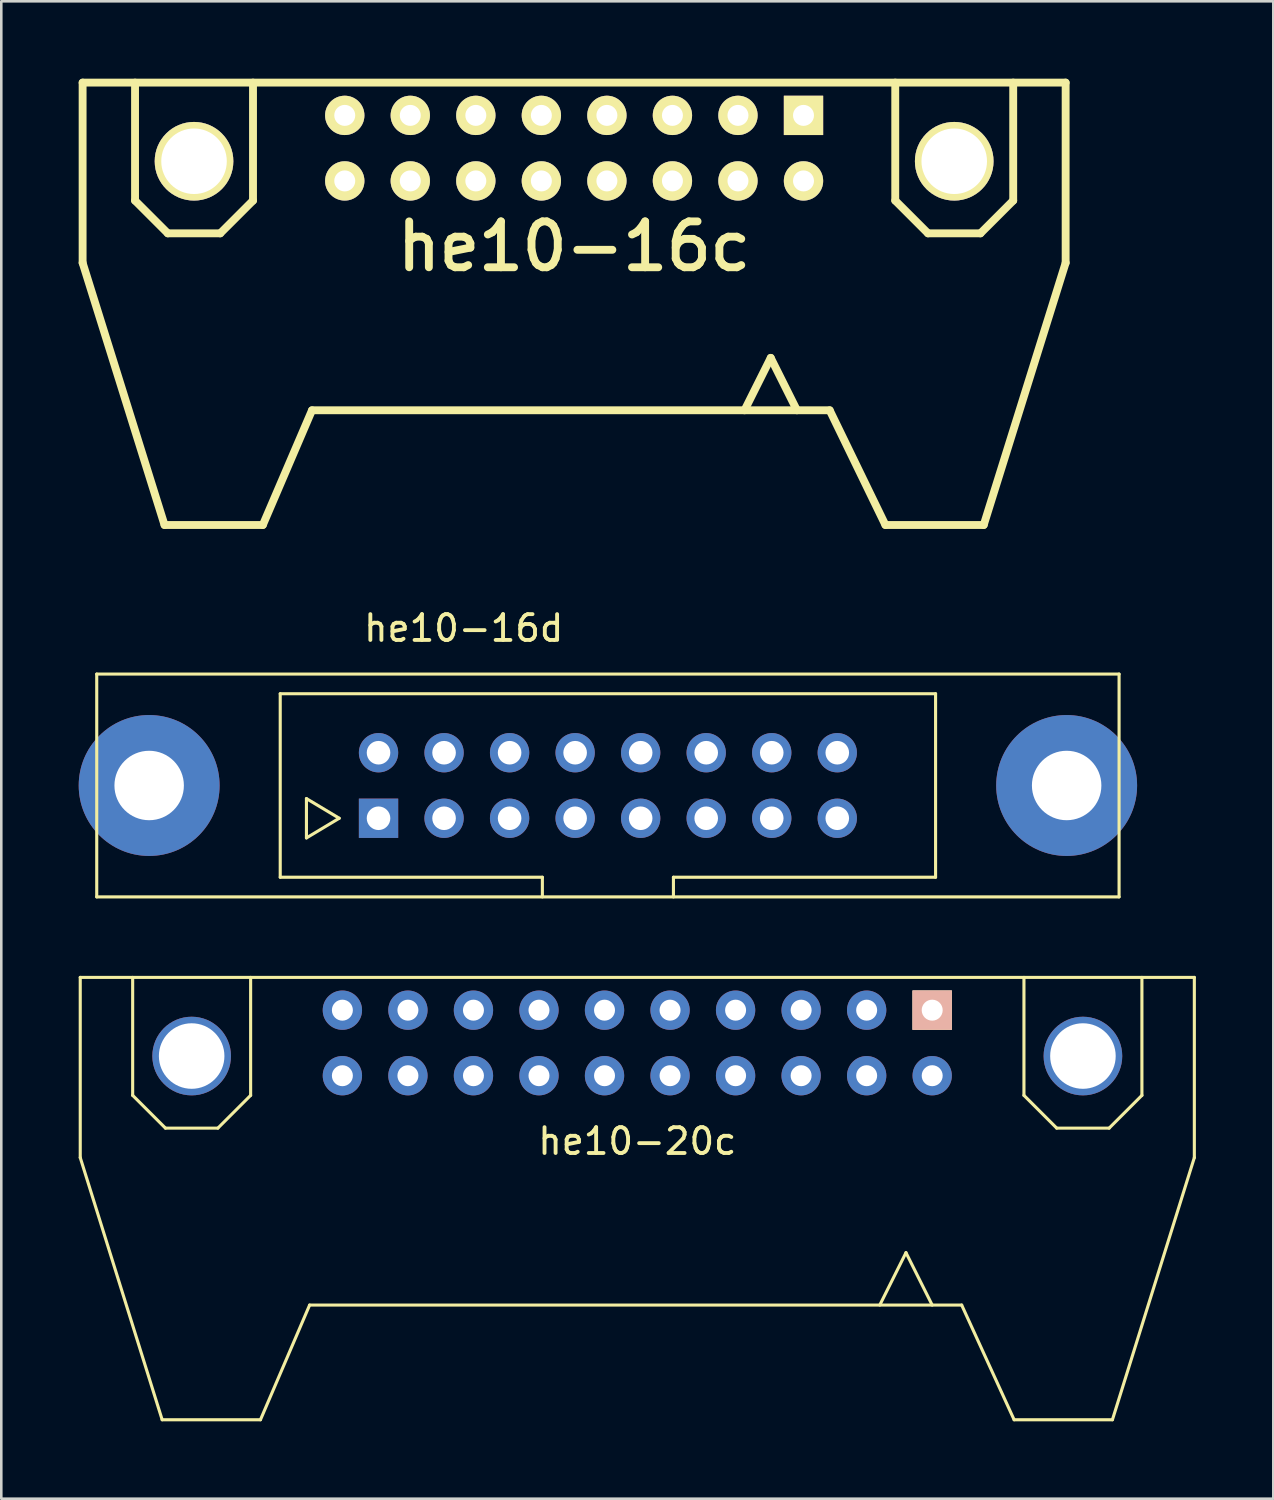
<source format=kicad_pcb>
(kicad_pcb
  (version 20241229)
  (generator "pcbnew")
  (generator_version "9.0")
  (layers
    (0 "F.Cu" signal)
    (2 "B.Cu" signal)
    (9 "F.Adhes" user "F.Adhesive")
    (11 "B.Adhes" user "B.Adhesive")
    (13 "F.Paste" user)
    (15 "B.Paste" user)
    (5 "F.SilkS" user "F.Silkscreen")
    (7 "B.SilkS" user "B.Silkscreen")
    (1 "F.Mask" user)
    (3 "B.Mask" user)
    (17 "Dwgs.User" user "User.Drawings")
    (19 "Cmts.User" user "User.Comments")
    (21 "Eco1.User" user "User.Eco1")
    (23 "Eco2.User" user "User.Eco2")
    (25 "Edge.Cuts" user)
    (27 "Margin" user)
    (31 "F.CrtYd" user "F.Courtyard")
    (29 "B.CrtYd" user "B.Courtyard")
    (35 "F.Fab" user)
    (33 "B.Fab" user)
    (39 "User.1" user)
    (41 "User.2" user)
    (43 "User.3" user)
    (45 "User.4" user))
  (footprint "he10-16c"
    (layer "F.Cu")
    (at 19.202 2.692)
    (property "Reference" "he10-16c" (at 0 3.81 0) (layer "F.SilkS") (effects (font (size 1.778 1.778) (thickness 0.305))))
    (attr through_hole)
    (fp_line (start -19.05 -2.54) (end -19.05 4.445) (stroke (width 0.305) (type solid)) (layer "F.SilkS"))
    (fp_line (start -19.05 -2.54) (end 19.05 -2.54) (stroke (width 0.305) (type solid)) (layer "F.SilkS"))
    (fp_line (start -19.05 4.445) (end -15.875 14.605) (stroke (width 0.305) (type solid)) (layer "F.SilkS"))
    (fp_line (start -17.018 2.032) (end -17.018 -2.54) (stroke (width 0.305) (type solid)) (layer "F.SilkS"))
    (fp_line (start -15.875 14.605) (end -12.065 14.605) (stroke (width 0.305) (type solid)) (layer "F.SilkS"))
    (fp_line (start -15.748 3.302) (end -17.018 2.032) (stroke (width 0.305) (type solid)) (layer "F.SilkS"))
    (fp_line (start -13.716 3.302) (end -15.748 3.302) (stroke (width 0.305) (type solid)) (layer "F.SilkS"))
    (fp_line (start -12.446 -2.54) (end -12.446 2.032) (stroke (width 0.305) (type solid)) (layer "F.SilkS"))
    (fp_line (start -12.446 2.032) (end -13.716 3.302) (stroke (width 0.305) (type solid)) (layer "F.SilkS"))
    (fp_line (start -12.065 14.605) (end -10.16 10.16) (stroke (width 0.305) (type solid)) (layer "F.SilkS"))
    (fp_line (start -10.16 10.16) (end 9.906 10.16) (stroke (width 0.305) (type solid)) (layer "F.SilkS"))
    (fp_line (start 7.62 8.128) (end 6.604 10.16) (stroke (width 0.305) (type solid)) (layer "F.SilkS"))
    (fp_line (start 8.636 10.16) (end 7.62 8.128) (stroke (width 0.305) (type solid)) (layer "F.SilkS"))
    (fp_line (start 12.065 14.605) (end 9.906 10.16) (stroke (width 0.305) (type solid)) (layer "F.SilkS"))
    (fp_line (start 12.446 2.032) (end 12.446 -2.54) (stroke (width 0.305) (type solid)) (layer "F.SilkS"))
    (fp_line (start 13.716 3.302) (end 12.446 2.032) (stroke (width 0.305) (type solid)) (layer "F.SilkS"))
    (fp_line (start 15.748 3.302) (end 13.716 3.302) (stroke (width 0.305) (type solid)) (layer "F.SilkS"))
    (fp_line (start 15.875 14.605) (end 12.065 14.605) (stroke (width 0.305) (type solid)) (layer "F.SilkS"))
    (fp_line (start 17.018 -2.54) (end 17.018 2.032) (stroke (width 0.305) (type solid)) (layer "F.SilkS"))
    (fp_line (start 17.018 2.032) (end 15.748 3.302) (stroke (width 0.305) (type solid)) (layer "F.SilkS"))
    (fp_line (start 19.05 -2.54) (end 19.05 4.445) (stroke (width 0.305) (type solid)) (layer "F.SilkS"))
    (fp_line (start 19.05 4.445) (end 15.875 14.605) (stroke (width 0.305) (type solid)) (layer "F.SilkS"))
    (pad "0" thru_hole circle (at -14.732 0.508) (size 3.048 3.048) (drill 2.54) (layers "*.Cu" "*.Mask" "F.SilkS"))
    (pad "0" thru_hole circle (at 14.732 0.508) (size 3.048 3.048) (drill 2.54) (layers "*.Cu" "*.Mask" "F.SilkS"))
    (pad "1" thru_hole rect (at 8.89 -1.27) (size 1.524 1.524) (drill 0.813) (layers "*.Cu" "*.Mask" "F.SilkS"))
    (pad "2" thru_hole circle (at 8.89 1.27) (size 1.524 1.524) (drill 0.813) (layers "*.Cu" "*.Mask" "F.SilkS"))
    (pad "3" thru_hole circle (at 6.35 -1.27) (size 1.524 1.524) (drill 0.813) (layers "*.Cu" "*.Mask" "F.SilkS"))
    (pad "4" thru_hole circle (at 6.35 1.27) (size 1.524 1.524) (drill 0.813) (layers "*.Cu" "*.Mask" "F.SilkS"))
    (pad "5" thru_hole circle (at 3.81 -1.27) (size 1.524 1.524) (drill 0.813) (layers "*.Cu" "*.Mask" "F.SilkS"))
    (pad "6" thru_hole circle (at 3.81 1.27) (size 1.524 1.524) (drill 0.813) (layers "*.Cu" "*.Mask" "F.SilkS"))
    (pad "7" thru_hole circle (at 1.27 -1.27) (size 1.524 1.524) (drill 0.813) (layers "*.Cu" "*.Mask" "F.SilkS"))
    (pad "8" thru_hole circle (at 1.27 1.27) (size 1.524 1.524) (drill 0.813) (layers "*.Cu" "*.Mask" "F.SilkS"))
    (pad "9" thru_hole circle (at -1.27 -1.27) (size 1.524 1.524) (drill 0.813) (layers "*.Cu" "*.Mask" "F.SilkS"))
    (pad "10" thru_hole circle (at -1.27 1.27) (size 1.524 1.524) (drill 0.813) (layers "*.Cu" "*.Mask" "F.SilkS"))
    (pad "11" thru_hole circle (at -3.81 -1.27) (size 1.524 1.524) (drill 0.813) (layers "*.Cu" "*.Mask" "F.SilkS"))
    (pad "12" thru_hole circle (at -3.81 1.27) (size 1.524 1.524) (drill 0.813) (layers "*.Cu" "*.Mask" "F.SilkS"))
    (pad "13" thru_hole circle (at -6.35 -1.27) (size 1.524 1.524) (drill 0.813) (layers "*.Cu" "*.Mask" "F.SilkS"))
    (pad "14" thru_hole circle (at -6.35 1.27) (size 1.524 1.524) (drill 0.813) (layers "*.Cu" "*.Mask" "F.SilkS"))
    (pad "15" thru_hole circle (at -8.89 -1.27) (size 1.524 1.524) (drill 0.813) (layers "*.Cu" "*.Mask" "F.SilkS"))
    (pad "16" thru_hole circle (at -8.89 1.27) (size 1.524 1.524) (drill 0.813) (layers "*.Cu" "*.Mask" "F.SilkS")))
  (footprint "he10-20c"
    (layer "F.Cu")
    (at 21.65 37.372)
    (property "Reference" "he10-20c" (at 0 3.81 0) (layer "F.SilkS") (effects (font (size 1 1) (thickness 0.15))))
    (attr through_hole)
    (fp_line (start -21.59 -2.54) (end -21.59 4.445) (stroke (width 0.12) (type solid)) (layer "F.SilkS"))
    (fp_line (start -21.59 -2.54) (end 21.59 -2.54) (stroke (width 0.12) (type solid)) (layer "F.SilkS"))
    (fp_line (start -21.59 4.445) (end -18.415 14.605) (stroke (width 0.12) (type solid)) (layer "F.SilkS"))
    (fp_line (start -19.558 2.032) (end -19.558 -2.54) (stroke (width 0.12) (type solid)) (layer "F.SilkS"))
    (fp_line (start -18.415 14.605) (end -14.605 14.605) (stroke (width 0.12) (type solid)) (layer "F.SilkS"))
    (fp_line (start -18.288 3.302) (end -19.558 2.032) (stroke (width 0.12) (type solid)) (layer "F.SilkS"))
    (fp_line (start -16.256 3.302) (end -18.288 3.302) (stroke (width 0.12) (type solid)) (layer "F.SilkS"))
    (fp_line (start -14.986 -2.54) (end -14.986 2.032) (stroke (width 0.12) (type solid)) (layer "F.SilkS"))
    (fp_line (start -14.986 2.032) (end -16.256 3.302) (stroke (width 0.12) (type solid)) (layer "F.SilkS"))
    (fp_line (start -14.605 14.605) (end -12.7 10.16) (stroke (width 0.12) (type solid)) (layer "F.SilkS"))
    (fp_line (start -12.7 10.16) (end 12.573 10.16) (stroke (width 0.12) (type solid)) (layer "F.SilkS"))
    (fp_line (start 10.414 8.128) (end 9.398 10.16) (stroke (width 0.12) (type solid)) (layer "F.SilkS"))
    (fp_line (start 11.43 10.16) (end 10.414 8.128) (stroke (width 0.12) (type solid)) (layer "F.SilkS"))
    (fp_line (start 14.605 14.605) (end 12.573 10.16) (stroke (width 0.12) (type solid)) (layer "F.SilkS"))
    (fp_line (start 14.986 2.032) (end 14.986 -2.54) (stroke (width 0.12) (type solid)) (layer "F.SilkS"))
    (fp_line (start 16.256 3.302) (end 14.986 2.032) (stroke (width 0.12) (type solid)) (layer "F.SilkS"))
    (fp_line (start 18.288 3.302) (end 16.256 3.302) (stroke (width 0.12) (type solid)) (layer "F.SilkS"))
    (fp_line (start 18.415 14.605) (end 14.605 14.605) (stroke (width 0.12) (type solid)) (layer "F.SilkS"))
    (fp_line (start 19.558 -2.54) (end 19.558 2.032) (stroke (width 0.12) (type solid)) (layer "F.SilkS"))
    (fp_line (start 19.558 2.032) (end 18.288 3.302) (stroke (width 0.12) (type solid)) (layer "F.SilkS"))
    (fp_line (start 21.59 -2.54) (end 21.59 4.445) (stroke (width 0.12) (type solid)) (layer "F.SilkS"))
    (fp_line (start 21.59 4.445) (end 18.415 14.605) (stroke (width 0.12) (type solid)) (layer "F.SilkS"))
    (pad "0" thru_hole circle (at -17.272 0.508) (size 3.048 3.048) (drill 2.54) (layers "*.Cu" "*.Mask"))
    (pad "0" thru_hole circle (at 17.272 0.508) (size 3.048 3.048) (drill 2.54) (layers "*.Cu" "*.Mask"))
    (pad "1" thru_hole rect (at 11.43 -1.27) (size 1.524 1.524) (drill 0.813) (layers "*.Cu" "*.SilkS" "*.Mask"))
    (pad "2" thru_hole circle (at 11.43 1.27) (size 1.524 1.524) (drill 0.813) (layers "*.Cu" "*.Mask"))
    (pad "3" thru_hole circle (at 8.89 -1.27) (size 1.524 1.524) (drill 0.813) (layers "*.Cu" "*.Mask"))
    (pad "4" thru_hole circle (at 8.89 1.27) (size 1.524 1.524) (drill 0.813) (layers "*.Cu" "*.Mask"))
    (pad "5" thru_hole circle (at 6.35 -1.27) (size 1.524 1.524) (drill 0.813) (layers "*.Cu" "*.Mask"))
    (pad "6" thru_hole circle (at 6.35 1.27) (size 1.524 1.524) (drill 0.813) (layers "*.Cu" "*.Mask"))
    (pad "7" thru_hole circle (at 3.81 -1.27) (size 1.524 1.524) (drill 0.813) (layers "*.Cu" "*.Mask"))
    (pad "8" thru_hole circle (at 3.81 1.27) (size 1.524 1.524) (drill 0.813) (layers "*.Cu" "*.Mask"))
    (pad "9" thru_hole circle (at 1.27 -1.27) (size 1.524 1.524) (drill 0.813) (layers "*.Cu" "*.Mask"))
    (pad "10" thru_hole circle (at 1.27 1.27) (size 1.524 1.524) (drill 0.813) (layers "*.Cu" "*.Mask"))
    (pad "11" thru_hole circle (at -1.27 -1.27) (size 1.524 1.524) (drill 0.813) (layers "*.Cu" "*.Mask"))
    (pad "12" thru_hole circle (at -1.27 1.27) (size 1.524 1.524) (drill 0.813) (layers "*.Cu" "*.Mask"))
    (pad "13" thru_hole circle (at -3.81 -1.27) (size 1.524 1.524) (drill 0.813) (layers "*.Cu" "*.Mask"))
    (pad "14" thru_hole circle (at -3.81 1.27) (size 1.524 1.524) (drill 0.813) (layers "*.Cu" "*.Mask"))
    (pad "15" thru_hole circle (at -6.35 -1.27) (size 1.524 1.524) (drill 0.813) (layers "*.Cu" "*.Mask"))
    (pad "16" thru_hole circle (at -6.35 1.27) (size 1.524 1.524) (drill 0.813) (layers "*.Cu" "*.Mask"))
    (pad "17" thru_hole circle (at -8.89 -1.27) (size 1.524 1.524) (drill 0.813) (layers "*.Cu" "*.Mask"))
    (pad "18" thru_hole circle (at -8.89 1.27) (size 1.524 1.524) (drill 0.813) (layers "*.Cu" "*.Mask"))
    (pad "19" thru_hole circle (at -11.43 -1.27) (size 1.524 1.524) (drill 0.813) (layers "*.Cu" "*.Mask"))
    (pad "20" thru_hole circle (at -11.43 1.27) (size 1.524 1.524) (drill 0.813) (layers "*.Cu" "*.Mask")))
  (footprint "he10-16d"
    (layer "F.Cu")
    (at 20.511 27.394)
    (property "Reference" "he10-16d" (at -5.588 -6.096 0) (layer "F.SilkS") (effects (font (size 1 1) (thickness 0.15))))
    (attr through_hole)
    (fp_line (start -19.812 -4.318) (end 19.812 -4.318) (stroke (width 0.12) (type solid)) (layer "F.SilkS"))
    (fp_line (start -19.812 4.318) (end -19.812 -4.318) (stroke (width 0.12) (type solid)) (layer "F.SilkS"))
    (fp_line (start -12.7 -3.556) (end 12.7 -3.556) (stroke (width 0.12) (type solid)) (layer "F.SilkS"))
    (fp_line (start -12.7 3.556) (end -12.7 -3.556) (stroke (width 0.12) (type solid)) (layer "F.SilkS"))
    (fp_line (start -11.684 0.508) (end -11.684 2.032) (stroke (width 0.12) (type solid)) (layer "F.SilkS"))
    (fp_line (start -11.684 2.032) (end -10.414 1.27) (stroke (width 0.12) (type solid)) (layer "F.SilkS"))
    (fp_line (start -10.414 1.27) (end -11.684 0.508) (stroke (width 0.12) (type solid)) (layer "F.SilkS"))
    (fp_line (start -2.54 3.556) (end -12.7 3.556) (stroke (width 0.12) (type solid)) (layer "F.SilkS"))
    (fp_line (start -2.54 4.318) (end -2.54 3.556) (stroke (width 0.12) (type solid)) (layer "F.SilkS"))
    (fp_line (start 2.54 3.556) (end 2.54 4.318) (stroke (width 0.12) (type solid)) (layer "F.SilkS"))
    (fp_line (start 12.7 -3.556) (end 12.7 3.556) (stroke (width 0.12) (type solid)) (layer "F.SilkS"))
    (fp_line (start 12.7 3.556) (end 2.54 3.556) (stroke (width 0.12) (type solid)) (layer "F.SilkS"))
    (fp_line (start 19.812 -4.318) (end 19.812 4.318) (stroke (width 0.12) (type solid)) (layer "F.SilkS"))
    (fp_line (start 19.812 4.318) (end -19.812 4.318) (stroke (width 0.12) (type solid)) (layer "F.SilkS"))
    (pad "0" thru_hole circle (at -17.78 0) (size 5.461 5.461) (drill 2.692) (layers "*.Cu" "*.Mask"))
    (pad "0" thru_hole circle (at 17.78 0) (size 5.461 5.461) (drill 2.692) (layers "*.Cu" "*.Mask"))
    (pad "1" thru_hole rect (at -8.89 1.27) (size 1.524 1.524) (drill 0.914) (layers "*.Cu" "*.Mask"))
    (pad "2" thru_hole circle (at -8.89 -1.27) (size 1.524 1.524) (drill 0.914) (layers "*.Cu" "*.Mask"))
    (pad "3" thru_hole circle (at -6.35 1.27) (size 1.524 1.524) (drill 0.914) (layers "*.Cu" "*.Mask"))
    (pad "4" thru_hole circle (at -6.35 -1.27) (size 1.524 1.524) (drill 0.914) (layers "*.Cu" "*.Mask"))
    (pad "5" thru_hole circle (at -3.81 1.27) (size 1.524 1.524) (drill 0.914) (layers "*.Cu" "*.Mask"))
    (pad "6" thru_hole circle (at -3.81 -1.27) (size 1.524 1.524) (drill 0.914) (layers "*.Cu" "*.Mask"))
    (pad "7" thru_hole circle (at -1.27 1.27) (size 1.524 1.524) (drill 0.914) (layers "*.Cu" "*.Mask"))
    (pad "8" thru_hole circle (at -1.27 -1.27) (size 1.524 1.524) (drill 0.914) (layers "*.Cu" "*.Mask"))
    (pad "9" thru_hole circle (at 1.27 1.27) (size 1.524 1.524) (drill 0.914) (layers "*.Cu" "*.Mask"))
    (pad "10" thru_hole circle (at 1.27 -1.27) (size 1.524 1.524) (drill 0.914) (layers "*.Cu" "*.Mask"))
    (pad "11" thru_hole circle (at 3.81 1.27) (size 1.524 1.524) (drill 0.914) (layers "*.Cu" "*.Mask"))
    (pad "12" thru_hole circle (at 3.81 -1.27) (size 1.524 1.524) (drill 0.914) (layers "*.Cu" "*.Mask"))
    (pad "13" thru_hole circle (at 6.35 1.27) (size 1.524 1.524) (drill 0.914) (layers "*.Cu" "*.Mask"))
    (pad "14" thru_hole circle (at 6.35 -1.27) (size 1.524 1.524) (drill 0.914) (layers "*.Cu" "*.Mask"))
    (pad "15" thru_hole circle (at 8.89 1.27) (size 1.524 1.524) (drill 0.914) (layers "*.Cu" "*.Mask"))
    (pad "16" thru_hole circle (at 8.89 -1.27) (size 1.524 1.524) (drill 0.914) (layers "*.Cu" "*.Mask")))
  (gr_rect
    (start -3 -3)
    (end 46.3 55.037)
    (stroke (width 0.1) (type default))
    (fill no)
    (layer "Edge.Cuts")))
</source>
